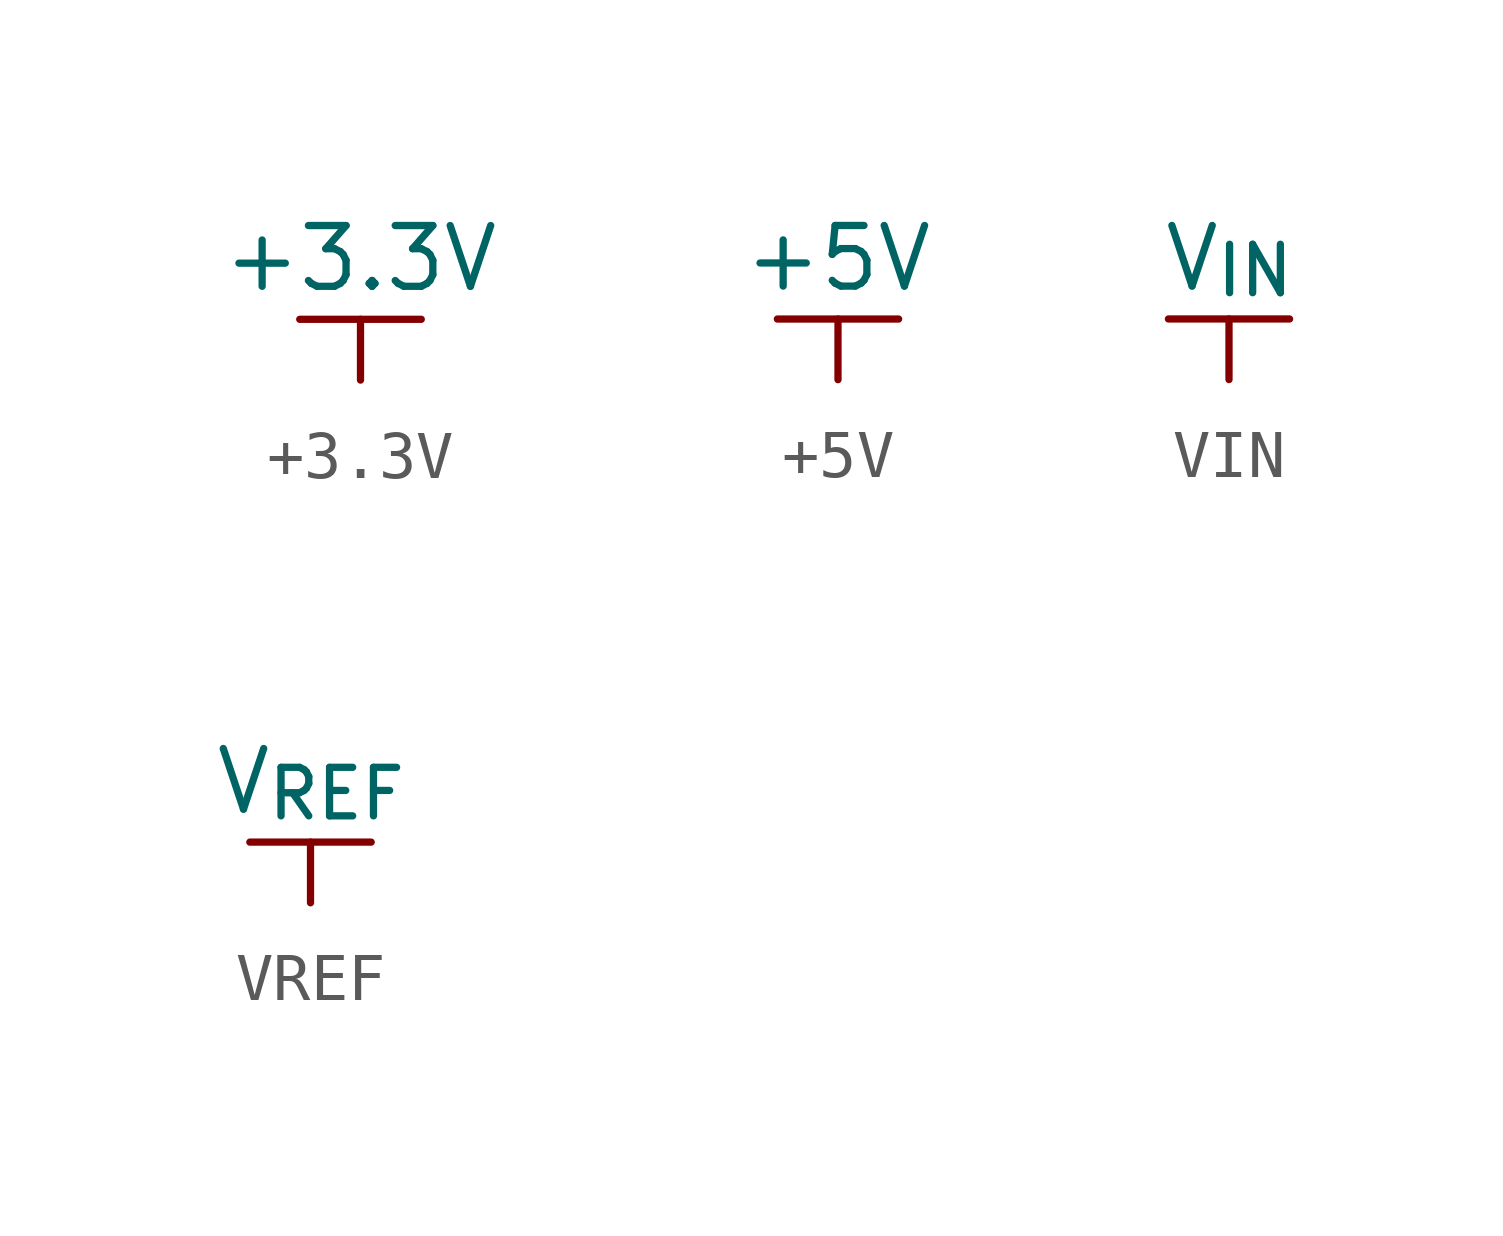
<source format=kicad_sym>
(kicad_symbol_lib
  (version 20220914)
  (generator kicad_symbol_editor)
  (symbol "+3.3V"
    (power)
    (pin_names
      (offset 0))
    (property "Reference" "#PWR"
      (at 0 -3.81 0)
      (effects (font (size 1.27 1.27)) hide))
    (property "Value" "+3.3V"
      (at 0 2.54 0)
      (effects (font (size 1.27 1.27))))
    (symbol "+3.3V_0_1"
      (polyline (pts (xy -1.27 1.27) (xy 1.27 1.27)) (stroke (width 0) (type default)) (fill (type none)))
      (polyline (pts (xy 0 0) (xy 0 1.27)) (stroke (width 0) (type default)) (fill (type none))))
    (symbol "+3.3V_1_1"
      (pin power_in line (at 0 0 90) (length 0) hide (name "+3.3V" (effects (font (size 1.27 1.27)))) (number "1" (effects (font (size 1.27 1.27)))))))
  (symbol "+5V"
    (power)
    (pin_names
      (offset 0))
    (property "Reference" "#PWR"
      (at 0 -3.81 0)
      (effects (font (size 1.27 1.27)) hide))
    (property "Value" "+5V"
      (at 0 2.54 0)
      (effects (font (size 1.27 1.27))))
    (symbol "+5V_0_1"
      (polyline (pts (xy -1.27 1.27) (xy 1.27 1.27)) (stroke (width 0) (type default)) (fill (type none)))
      (polyline (pts (xy 0 0) (xy 0 1.27)) (stroke (width 0) (type default)) (fill (type none))))
    (symbol "+5V_1_1"
      (pin power_in line (at 0 0 90) (length 0) hide (name "+5V" (effects (font (size 1.27 1.27)))) (number "1" (effects (font (size 1.27 1.27)))))))
  (symbol "VIN"
    (power)
    (pin_names
      (offset 0))
    (property "Reference" "#PWR"
      (at 0 -3.81 0)
      (effects (font (size 1.27 1.27)) hide))
    (property "Value" "V_{IN}"
      (at 0 2.54 0)
      (effects (font (size 1.27 1.27))))
    (symbol "VIN_0_1"
      (polyline (pts (xy -1.27 1.27) (xy 1.27 1.27)) (stroke (width 0) (type default)) (fill (type none)))
      (polyline (pts (xy 0 0) (xy 0 1.27)) (stroke (width 0) (type default)) (fill (type none))))
    (symbol "VIN_1_1"
      (pin power_in line (at 0 0 90) (length 0) hide (name "V_{IN}" (effects (font (size 1.27 1.27)))) (number "1" (effects (font (size 1.27 1.27)))))))
  (symbol "VREF"
    (power)
    (pin_names
      (offset 0))
    (property "Reference" "#PWR"
      (at 0 -3.81 0)
      (effects (font (size 1.27 1.27)) hide))
    (property "Value" "V_{REF}"
      (at 0 2.54 0)
      (effects (font (size 1.27 1.27))))
    (symbol "VREF_0_1"
      (polyline (pts (xy -1.27 1.27) (xy 1.27 1.27)) (stroke (width 0) (type default)) (fill (type none)))
      (polyline (pts (xy 0 0) (xy 0 1.27)) (stroke (width 0) (type default)) (fill (type none))))
    (symbol "VREF_1_1"
      (pin power_in line (at 0 0 90) (length 0) hide (name "V_{REF}" (effects (font (size 1.27 1.27)))) (number "1" (effects (font (size 1.27 1.27))))))))
</source>
